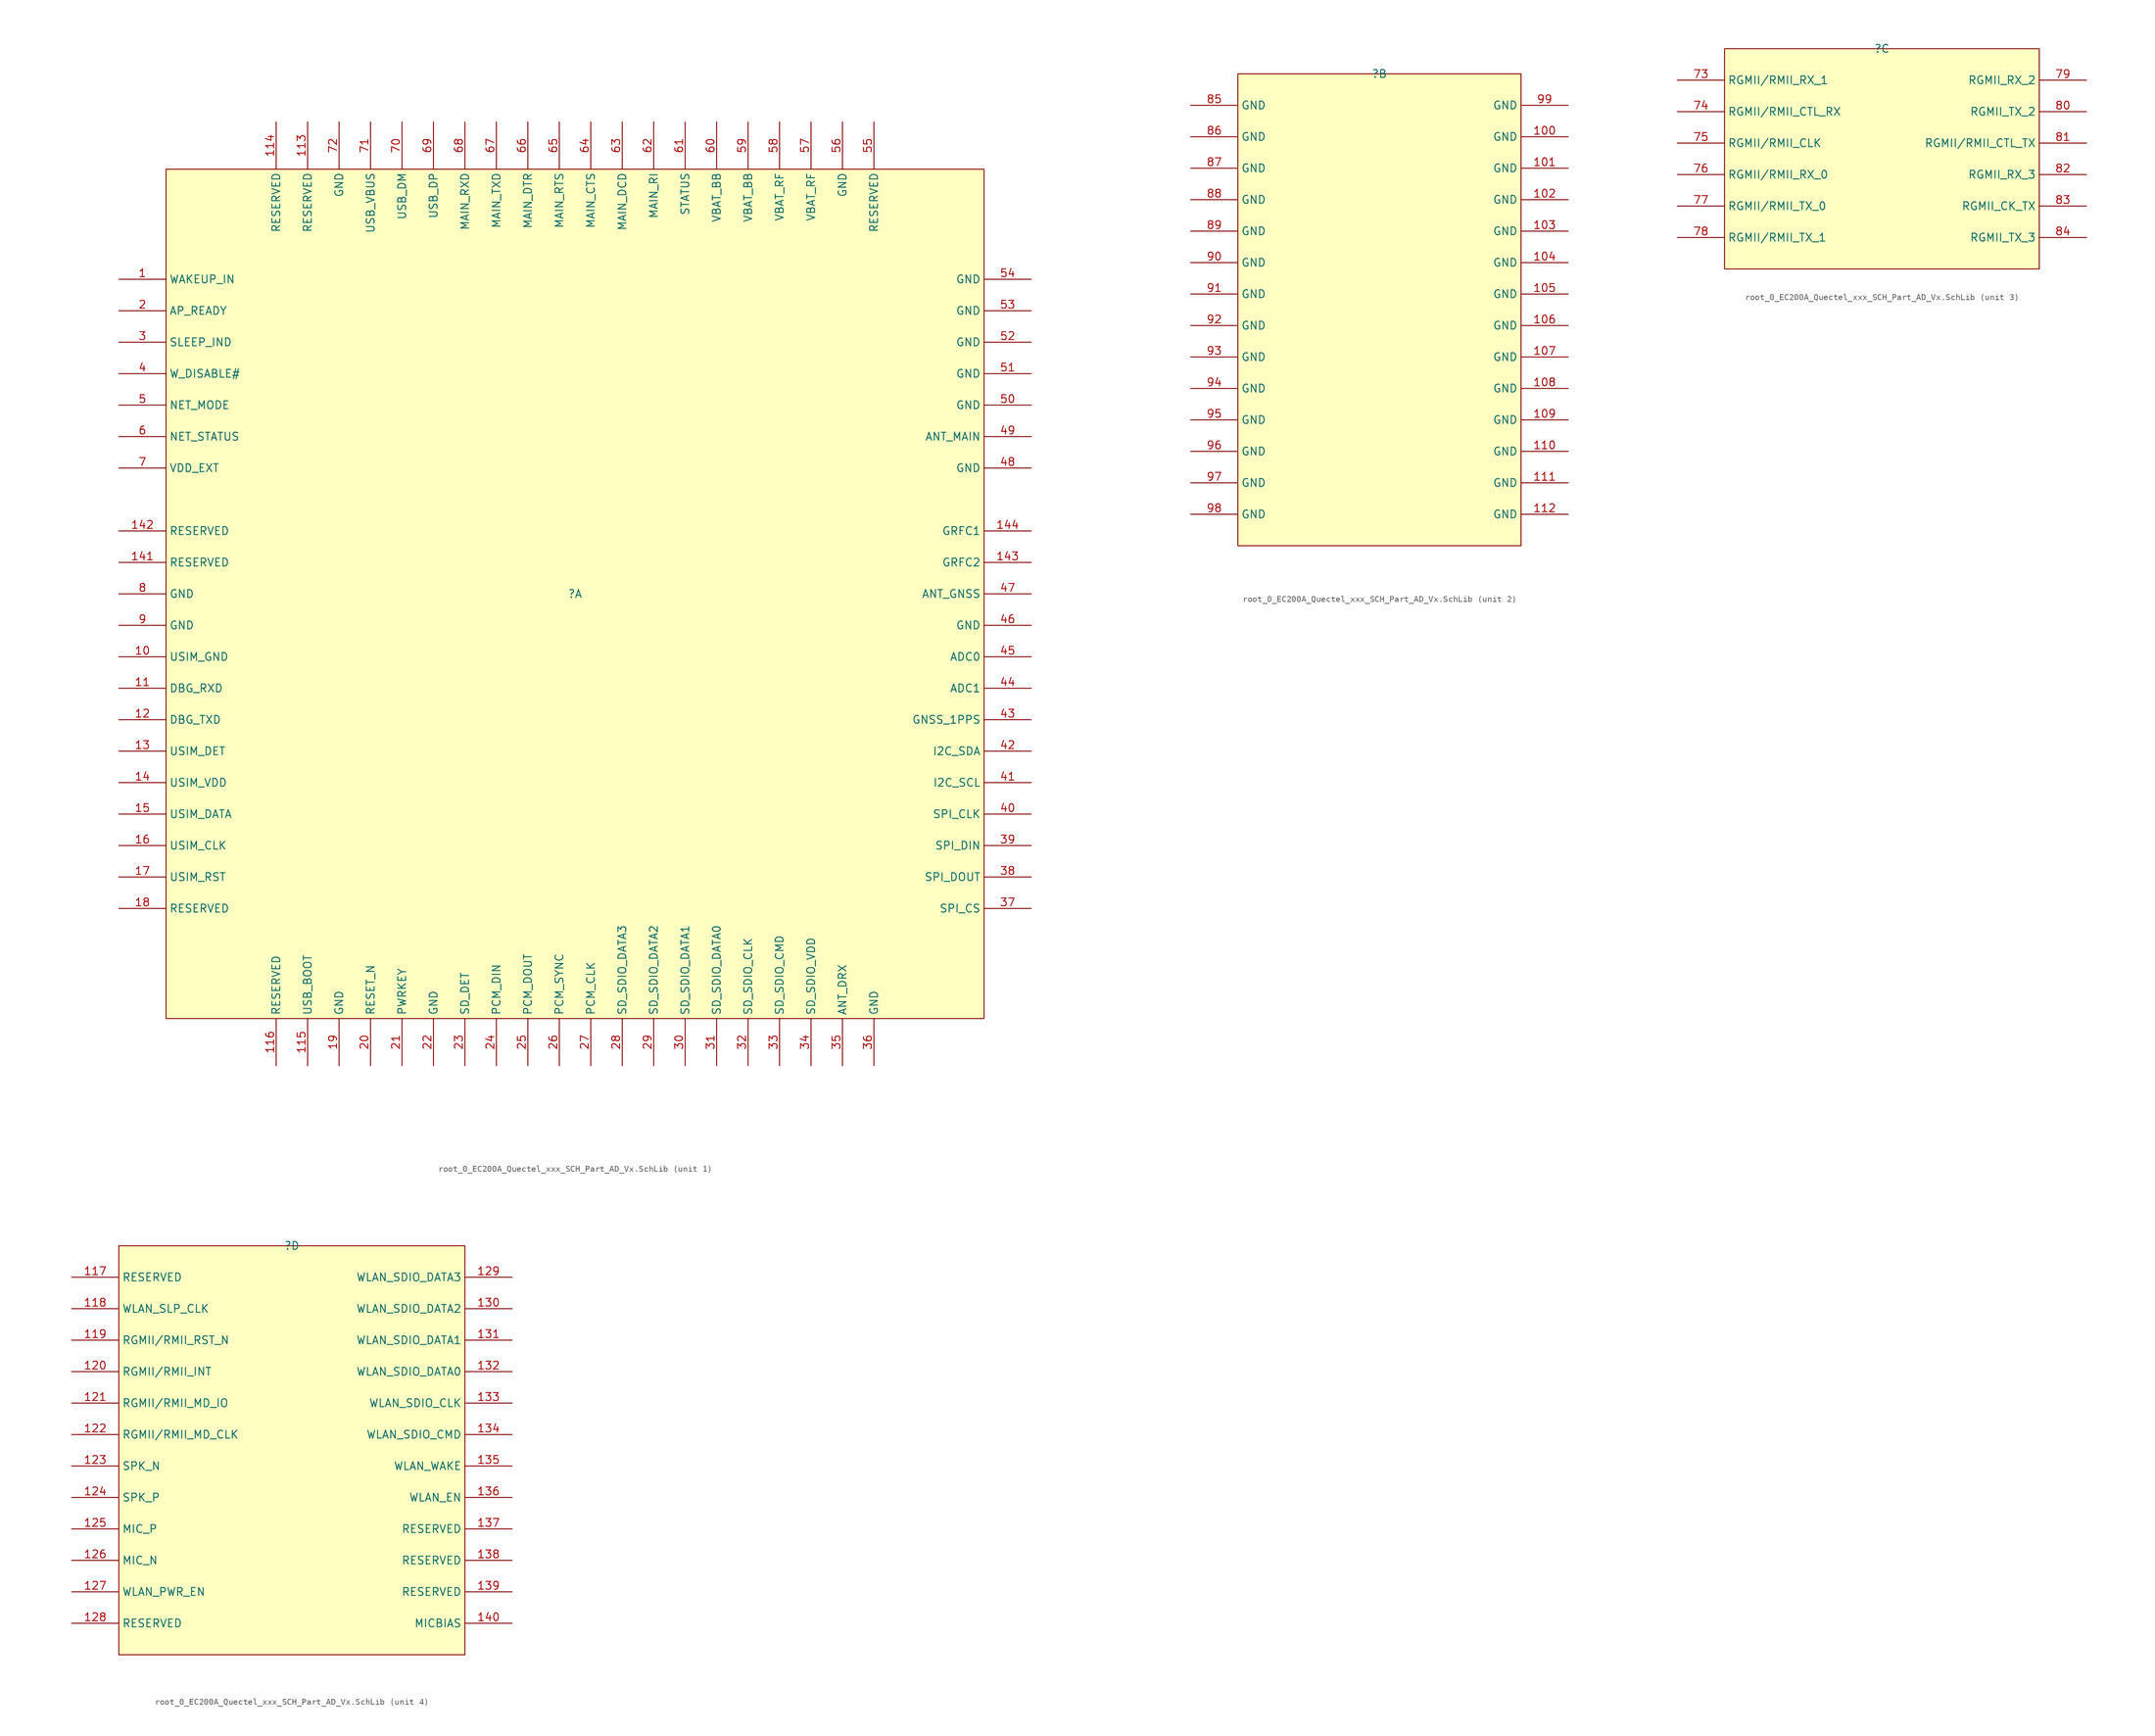
<source format=kicad_sym>
(kicad_symbol_lib
  (version 20241209)
  (generator "kicad_symbol_editor")
  (generator_version "9.0")
  (symbol "root_0_EC200A_Quectel_xxx_SCH_Part_AD_Vx.SchLib"
    (property "Reference" ""
      (at 0 0 0)
      (effects (font (size 1.27 1.27))))
    (property "Value" ""
      (at 0 0 0)
      (effects (font (size 1.27 1.27))))
    (symbol "root_0_EC200A_Quectel_xxx_SCH_Part_AD_Vx.SchLib_1_0"
      (rectangle (start 66.04 68.58) (end -66.04 -68.58) (stroke (width 0) (type solid)) (fill (type background)))
      (pin passive line (at -73.66 50.8 0) (length 7.62) (name "WAKEUP_IN" (effects (font (size 1.27 1.27)))) (number "1" (effects (font (size 1.27 1.27)))))
      (pin passive line (at -73.66 45.72 0) (length 7.62) (name "AP_READY" (effects (font (size 1.27 1.27)))) (number "2" (effects (font (size 1.27 1.27)))))
      (pin passive line (at -73.66 40.64 0) (length 7.62) (name "SLEEP_IND" (effects (font (size 1.27 1.27)))) (number "3" (effects (font (size 1.27 1.27)))))
      (pin passive line (at -73.66 35.56 0) (length 7.62) (name "W_DISABLE#" (effects (font (size 1.27 1.27)))) (number "4" (effects (font (size 1.27 1.27)))))
      (pin passive line (at -73.66 30.48 0) (length 7.62) (name "NET_MODE" (effects (font (size 1.27 1.27)))) (number "5" (effects (font (size 1.27 1.27)))))
      (pin passive line (at -73.66 25.4 0) (length 7.62) (name "NET_STATUS" (effects (font (size 1.27 1.27)))) (number "6" (effects (font (size 1.27 1.27)))))
      (pin passive line (at -73.66 20.32 0) (length 7.62) (name "VDD_EXT" (effects (font (size 1.27 1.27)))) (number "7" (effects (font (size 1.27 1.27)))))
      (pin passive line (at -73.66 10.16 0) (length 7.62) (name "RESERVED" (effects (font (size 1.27 1.27)))) (number "142" (effects (font (size 1.27 1.27)))))
      (pin passive line (at -73.66 5.08 0) (length 7.62) (name "RESERVED" (effects (font (size 1.27 1.27)))) (number "141" (effects (font (size 1.27 1.27)))))
      (pin passive line (at -73.66 0 0) (length 7.62) (name "GND" (effects (font (size 1.27 1.27)))) (number "8" (effects (font (size 1.27 1.27)))))
      (pin passive line (at -73.66 -5.08 0) (length 7.62) (name "GND" (effects (font (size 1.27 1.27)))) (number "9" (effects (font (size 1.27 1.27)))))
      (pin passive line (at -73.66 -10.16 0) (length 7.62) (name "USIM_GND" (effects (font (size 1.27 1.27)))) (number "10" (effects (font (size 1.27 1.27)))))
      (pin passive line (at -73.66 -15.24 0) (length 7.62) (name "DBG_RXD" (effects (font (size 1.27 1.27)))) (number "11" (effects (font (size 1.27 1.27)))))
      (pin passive line (at -73.66 -20.32 0) (length 7.62) (name "DBG_TXD" (effects (font (size 1.27 1.27)))) (number "12" (effects (font (size 1.27 1.27)))))
      (pin passive line (at -73.66 -25.4 0) (length 7.62) (name "USIM_DET" (effects (font (size 1.27 1.27)))) (number "13" (effects (font (size 1.27 1.27)))))
      (pin passive line (at -73.66 -30.48 0) (length 7.62) (name "USIM_VDD" (effects (font (size 1.27 1.27)))) (number "14" (effects (font (size 1.27 1.27)))))
      (pin passive line (at -73.66 -35.56 0) (length 7.62) (name "USIM_DATA" (effects (font (size 1.27 1.27)))) (number "15" (effects (font (size 1.27 1.27)))))
      (pin passive line (at -73.66 -40.64 0) (length 7.62) (name "USIM_CLK" (effects (font (size 1.27 1.27)))) (number "16" (effects (font (size 1.27 1.27)))))
      (pin passive line (at -73.66 -45.72 0) (length 7.62) (name "USIM_RST" (effects (font (size 1.27 1.27)))) (number "17" (effects (font (size 1.27 1.27)))))
      (pin passive line (at -73.66 -50.8 0) (length 7.62) (name "RESERVED" (effects (font (size 1.27 1.27)))) (number "18" (effects (font (size 1.27 1.27)))))
      (pin passive line (at -48.26 76.2 270) (length 7.62) (name "RESERVED" (effects (font (size 1.27 1.27)))) (number "114" (effects (font (size 1.27 1.27)))))
      (pin passive line (at -48.26 -76.2 90) (length 7.62) (name "RESERVED" (effects (font (size 1.27 1.27)))) (number "116" (effects (font (size 1.27 1.27)))))
      (pin passive line (at -43.18 76.2 270) (length 7.62) (name "RESERVED" (effects (font (size 1.27 1.27)))) (number "113" (effects (font (size 1.27 1.27)))))
      (pin passive line (at -43.18 -76.2 90) (length 7.62) (name "USB_BOOT" (effects (font (size 1.27 1.27)))) (number "115" (effects (font (size 1.27 1.27)))))
      (pin passive line (at -38.1 76.2 270) (length 7.62) (name "GND" (effects (font (size 1.27 1.27)))) (number "72" (effects (font (size 1.27 1.27)))))
      (pin passive line (at -38.1 -76.2 90) (length 7.62) (name "GND" (effects (font (size 1.27 1.27)))) (number "19" (effects (font (size 1.27 1.27)))))
      (pin passive line (at -33.02 76.2 270) (length 7.62) (name "USB_VBUS" (effects (font (size 1.27 1.27)))) (number "71" (effects (font (size 1.27 1.27)))))
      (pin passive line (at -33.02 -76.2 90) (length 7.62) (name "RESET_N" (effects (font (size 1.27 1.27)))) (number "20" (effects (font (size 1.27 1.27)))))
      (pin passive line (at -27.94 76.2 270) (length 7.62) (name "USB_DM" (effects (font (size 1.27 1.27)))) (number "70" (effects (font (size 1.27 1.27)))))
      (pin passive line (at -27.94 -76.2 90) (length 7.62) (name "PWRKEY" (effects (font (size 1.27 1.27)))) (number "21" (effects (font (size 1.27 1.27)))))
      (pin passive line (at -22.86 76.2 270) (length 7.62) (name "USB_DP" (effects (font (size 1.27 1.27)))) (number "69" (effects (font (size 1.27 1.27)))))
      (pin passive line (at -22.86 -76.2 90) (length 7.62) (name "GND" (effects (font (size 1.27 1.27)))) (number "22" (effects (font (size 1.27 1.27)))))
      (pin passive line (at -17.78 76.2 270) (length 7.62) (name "MAIN_RXD" (effects (font (size 1.27 1.27)))) (number "68" (effects (font (size 1.27 1.27)))))
      (pin passive line (at -17.78 -76.2 90) (length 7.62) (name "SD_DET" (effects (font (size 1.27 1.27)))) (number "23" (effects (font (size 1.27 1.27)))))
      (pin passive line (at -12.7 76.2 270) (length 7.62) (name "MAIN_TXD" (effects (font (size 1.27 1.27)))) (number "67" (effects (font (size 1.27 1.27)))))
      (pin passive line (at -12.7 -76.2 90) (length 7.62) (name "PCM_DIN" (effects (font (size 1.27 1.27)))) (number "24" (effects (font (size 1.27 1.27)))))
      (pin passive line (at -7.62 76.2 270) (length 7.62) (name "MAIN_DTR" (effects (font (size 1.27 1.27)))) (number "66" (effects (font (size 1.27 1.27)))))
      (pin passive line (at -7.62 -76.2 90) (length 7.62) (name "PCM_DOUT" (effects (font (size 1.27 1.27)))) (number "25" (effects (font (size 1.27 1.27)))))
      (pin passive line (at -2.54 76.2 270) (length 7.62) (name "MAIN_RTS" (effects (font (size 1.27 1.27)))) (number "65" (effects (font (size 1.27 1.27)))))
      (pin passive line (at -2.54 -76.2 90) (length 7.62) (name "PCM_SYNC" (effects (font (size 1.27 1.27)))) (number "26" (effects (font (size 1.27 1.27)))))
      (pin passive line (at 2.54 76.2 270) (length 7.62) (name "MAIN_CTS" (effects (font (size 1.27 1.27)))) (number "64" (effects (font (size 1.27 1.27)))))
      (pin passive line (at 2.54 -76.2 90) (length 7.62) (name "PCM_CLK" (effects (font (size 1.27 1.27)))) (number "27" (effects (font (size 1.27 1.27)))))
      (pin passive line (at 7.62 76.2 270) (length 7.62) (name "MAIN_DCD" (effects (font (size 1.27 1.27)))) (number "63" (effects (font (size 1.27 1.27)))))
      (pin passive line (at 7.62 -76.2 90) (length 7.62) (name "SD_SDIO_DATA3" (effects (font (size 1.27 1.27)))) (number "28" (effects (font (size 1.27 1.27)))))
      (pin passive line (at 12.7 76.2 270) (length 7.62) (name "MAIN_RI" (effects (font (size 1.27 1.27)))) (number "62" (effects (font (size 1.27 1.27)))))
      (pin passive line (at 12.7 -76.2 90) (length 7.62) (name "SD_SDIO_DATA2" (effects (font (size 1.27 1.27)))) (number "29" (effects (font (size 1.27 1.27)))))
      (pin passive line (at 17.78 76.2 270) (length 7.62) (name "STATUS" (effects (font (size 1.27 1.27)))) (number "61" (effects (font (size 1.27 1.27)))))
      (pin passive line (at 17.78 -76.2 90) (length 7.62) (name "SD_SDIO_DATA1" (effects (font (size 1.27 1.27)))) (number "30" (effects (font (size 1.27 1.27)))))
      (pin passive line (at 22.86 76.2 270) (length 7.62) (name "VBAT_BB" (effects (font (size 1.27 1.27)))) (number "60" (effects (font (size 1.27 1.27)))))
      (pin passive line (at 22.86 -76.2 90) (length 7.62) (name "SD_SDIO_DATA0" (effects (font (size 1.27 1.27)))) (number "31" (effects (font (size 1.27 1.27)))))
      (pin passive line (at 27.94 76.2 270) (length 7.62) (name "VBAT_BB" (effects (font (size 1.27 1.27)))) (number "59" (effects (font (size 1.27 1.27)))))
      (pin passive line (at 27.94 -76.2 90) (length 7.62) (name "SD_SDIO_CLK" (effects (font (size 1.27 1.27)))) (number "32" (effects (font (size 1.27 1.27)))))
      (pin passive line (at 33.02 76.2 270) (length 7.62) (name "VBAT_RF" (effects (font (size 1.27 1.27)))) (number "58" (effects (font (size 1.27 1.27)))))
      (pin passive line (at 33.02 -76.2 90) (length 7.62) (name "SD_SDIO_CMD" (effects (font (size 1.27 1.27)))) (number "33" (effects (font (size 1.27 1.27)))))
      (pin passive line (at 38.1 76.2 270) (length 7.62) (name "VBAT_RF" (effects (font (size 1.27 1.27)))) (number "57" (effects (font (size 1.27 1.27)))))
      (pin passive line (at 38.1 -76.2 90) (length 7.62) (name "SD_SDIO_VDD" (effects (font (size 1.27 1.27)))) (number "34" (effects (font (size 1.27 1.27)))))
      (pin passive line (at 43.18 76.2 270) (length 7.62) (name "GND" (effects (font (size 1.27 1.27)))) (number "56" (effects (font (size 1.27 1.27)))))
      (pin passive line (at 43.18 -76.2 90) (length 7.62) (name "ANT_DRX" (effects (font (size 1.27 1.27)))) (number "35" (effects (font (size 1.27 1.27)))))
      (pin passive line (at 48.26 76.2 270) (length 7.62) (name "RESERVED" (effects (font (size 1.27 1.27)))) (number "55" (effects (font (size 1.27 1.27)))))
      (pin passive line (at 48.26 -76.2 90) (length 7.62) (name "GND" (effects (font (size 1.27 1.27)))) (number "36" (effects (font (size 1.27 1.27)))))
      (pin passive line (at 73.66 50.8 180) (length 7.62) (name "GND" (effects (font (size 1.27 1.27)))) (number "54" (effects (font (size 1.27 1.27)))))
      (pin passive line (at 73.66 45.72 180) (length 7.62) (name "GND" (effects (font (size 1.27 1.27)))) (number "53" (effects (font (size 1.27 1.27)))))
      (pin passive line (at 73.66 40.64 180) (length 7.62) (name "GND" (effects (font (size 1.27 1.27)))) (number "52" (effects (font (size 1.27 1.27)))))
      (pin passive line (at 73.66 35.56 180) (length 7.62) (name "GND" (effects (font (size 1.27 1.27)))) (number "51" (effects (font (size 1.27 1.27)))))
      (pin passive line (at 73.66 30.48 180) (length 7.62) (name "GND" (effects (font (size 1.27 1.27)))) (number "50" (effects (font (size 1.27 1.27)))))
      (pin passive line (at 73.66 25.4 180) (length 7.62) (name "ANT_MAIN" (effects (font (size 1.27 1.27)))) (number "49" (effects (font (size 1.27 1.27)))))
      (pin passive line (at 73.66 20.32 180) (length 7.62) (name "GND" (effects (font (size 1.27 1.27)))) (number "48" (effects (font (size 1.27 1.27)))))
      (pin passive line (at 73.66 10.16 180) (length 7.62) (name "GRFC1" (effects (font (size 1.27 1.27)))) (number "144" (effects (font (size 1.27 1.27)))))
      (pin passive line (at 73.66 5.08 180) (length 7.62) (name "GRFC2" (effects (font (size 1.27 1.27)))) (number "143" (effects (font (size 1.27 1.27)))))
      (pin passive line (at 73.66 0 180) (length 7.62) (name "ANT_GNSS" (effects (font (size 1.27 1.27)))) (number "47" (effects (font (size 1.27 1.27)))))
      (pin passive line (at 73.66 -5.08 180) (length 7.62) (name "GND" (effects (font (size 1.27 1.27)))) (number "46" (effects (font (size 1.27 1.27)))))
      (pin passive line (at 73.66 -10.16 180) (length 7.62) (name "ADC0" (effects (font (size 1.27 1.27)))) (number "45" (effects (font (size 1.27 1.27)))))
      (pin passive line (at 73.66 -15.24 180) (length 7.62) (name "ADC1" (effects (font (size 1.27 1.27)))) (number "44" (effects (font (size 1.27 1.27)))))
      (pin passive line (at 73.66 -20.32 180) (length 7.62) (name "GNSS_1PPS" (effects (font (size 1.27 1.27)))) (number "43" (effects (font (size 1.27 1.27)))))
      (pin passive line (at 73.66 -25.4 180) (length 7.62) (name "I2C_SDA" (effects (font (size 1.27 1.27)))) (number "42" (effects (font (size 1.27 1.27)))))
      (pin passive line (at 73.66 -30.48 180) (length 7.62) (name "I2C_SCL" (effects (font (size 1.27 1.27)))) (number "41" (effects (font (size 1.27 1.27)))))
      (pin passive line (at 73.66 -35.56 180) (length 7.62) (name "SPI_CLK" (effects (font (size 1.27 1.27)))) (number "40" (effects (font (size 1.27 1.27)))))
      (pin passive line (at 73.66 -40.64 180) (length 7.62) (name "SPI_DIN" (effects (font (size 1.27 1.27)))) (number "39" (effects (font (size 1.27 1.27)))))
      (pin passive line (at 73.66 -45.72 180) (length 7.62) (name "SPI_DOUT" (effects (font (size 1.27 1.27)))) (number "38" (effects (font (size 1.27 1.27)))))
      (pin passive line (at 73.66 -50.8 180) (length 7.62) (name "SPI_CS" (effects (font (size 1.27 1.27)))) (number "37" (effects (font (size 1.27 1.27))))))
    (symbol "root_0_EC200A_Quectel_xxx_SCH_Part_AD_Vx.SchLib_2_0"
      (rectangle (start 22.86 0) (end -22.86 -76.2) (stroke (width 0) (type solid)) (fill (type background)))
      (pin passive line (at -30.48 -5.08 0) (length 7.62) (name "GND" (effects (font (size 1.27 1.27)))) (number "85" (effects (font (size 1.27 1.27)))))
      (pin passive line (at -30.48 -10.16 0) (length 7.62) (name "GND" (effects (font (size 1.27 1.27)))) (number "86" (effects (font (size 1.27 1.27)))))
      (pin passive line (at -30.48 -15.24 0) (length 7.62) (name "GND" (effects (font (size 1.27 1.27)))) (number "87" (effects (font (size 1.27 1.27)))))
      (pin passive line (at -30.48 -20.32 0) (length 7.62) (name "GND" (effects (font (size 1.27 1.27)))) (number "88" (effects (font (size 1.27 1.27)))))
      (pin passive line (at -30.48 -25.4 0) (length 7.62) (name "GND" (effects (font (size 1.27 1.27)))) (number "89" (effects (font (size 1.27 1.27)))))
      (pin passive line (at -30.48 -30.48 0) (length 7.62) (name "GND" (effects (font (size 1.27 1.27)))) (number "90" (effects (font (size 1.27 1.27)))))
      (pin passive line (at -30.48 -35.56 0) (length 7.62) (name "GND" (effects (font (size 1.27 1.27)))) (number "91" (effects (font (size 1.27 1.27)))))
      (pin passive line (at -30.48 -40.64 0) (length 7.62) (name "GND" (effects (font (size 1.27 1.27)))) (number "92" (effects (font (size 1.27 1.27)))))
      (pin passive line (at -30.48 -45.72 0) (length 7.62) (name "GND" (effects (font (size 1.27 1.27)))) (number "93" (effects (font (size 1.27 1.27)))))
      (pin passive line (at -30.48 -50.8 0) (length 7.62) (name "GND" (effects (font (size 1.27 1.27)))) (number "94" (effects (font (size 1.27 1.27)))))
      (pin passive line (at -30.48 -55.88 0) (length 7.62) (name "GND" (effects (font (size 1.27 1.27)))) (number "95" (effects (font (size 1.27 1.27)))))
      (pin passive line (at -30.48 -60.96 0) (length 7.62) (name "GND" (effects (font (size 1.27 1.27)))) (number "96" (effects (font (size 1.27 1.27)))))
      (pin passive line (at -30.48 -66.04 0) (length 7.62) (name "GND" (effects (font (size 1.27 1.27)))) (number "97" (effects (font (size 1.27 1.27)))))
      (pin passive line (at -30.48 -71.12 0) (length 7.62) (name "GND" (effects (font (size 1.27 1.27)))) (number "98" (effects (font (size 1.27 1.27)))))
      (pin passive line (at 30.48 -5.08 180) (length 7.62) (name "GND" (effects (font (size 1.27 1.27)))) (number "99" (effects (font (size 1.27 1.27)))))
      (pin passive line (at 30.48 -10.16 180) (length 7.62) (name "GND" (effects (font (size 1.27 1.27)))) (number "100" (effects (font (size 1.27 1.27)))))
      (pin passive line (at 30.48 -15.24 180) (length 7.62) (name "GND" (effects (font (size 1.27 1.27)))) (number "101" (effects (font (size 1.27 1.27)))))
      (pin passive line (at 30.48 -20.32 180) (length 7.62) (name "GND" (effects (font (size 1.27 1.27)))) (number "102" (effects (font (size 1.27 1.27)))))
      (pin passive line (at 30.48 -25.4 180) (length 7.62) (name "GND" (effects (font (size 1.27 1.27)))) (number "103" (effects (font (size 1.27 1.27)))))
      (pin passive line (at 30.48 -30.48 180) (length 7.62) (name "GND" (effects (font (size 1.27 1.27)))) (number "104" (effects (font (size 1.27 1.27)))))
      (pin passive line (at 30.48 -35.56 180) (length 7.62) (name "GND" (effects (font (size 1.27 1.27)))) (number "105" (effects (font (size 1.27 1.27)))))
      (pin passive line (at 30.48 -40.64 180) (length 7.62) (name "GND" (effects (font (size 1.27 1.27)))) (number "106" (effects (font (size 1.27 1.27)))))
      (pin passive line (at 30.48 -45.72 180) (length 7.62) (name "GND" (effects (font (size 1.27 1.27)))) (number "107" (effects (font (size 1.27 1.27)))))
      (pin passive line (at 30.48 -50.8 180) (length 7.62) (name "GND" (effects (font (size 1.27 1.27)))) (number "108" (effects (font (size 1.27 1.27)))))
      (pin passive line (at 30.48 -55.88 180) (length 7.62) (name "GND" (effects (font (size 1.27 1.27)))) (number "109" (effects (font (size 1.27 1.27)))))
      (pin passive line (at 30.48 -60.96 180) (length 7.62) (name "GND" (effects (font (size 1.27 1.27)))) (number "110" (effects (font (size 1.27 1.27)))))
      (pin passive line (at 30.48 -66.04 180) (length 7.62) (name "GND" (effects (font (size 1.27 1.27)))) (number "111" (effects (font (size 1.27 1.27)))))
      (pin passive line (at 30.48 -71.12 180) (length 7.62) (name "GND" (effects (font (size 1.27 1.27)))) (number "112" (effects (font (size 1.27 1.27))))))
    (symbol "root_0_EC200A_Quectel_xxx_SCH_Part_AD_Vx.SchLib_3_0"
      (rectangle (start 25.4 0) (end -25.4 -35.56) (stroke (width 0) (type solid)) (fill (type background)))
      (pin passive line (at -33.02 -5.08 0) (length 7.62) (name "RGMII/RMII_RX_1" (effects (font (size 1.27 1.27)))) (number "73" (effects (font (size 1.27 1.27)))))
      (pin passive line (at -33.02 -10.16 0) (length 7.62) (name "RGMII/RMII_CTL_RX" (effects (font (size 1.27 1.27)))) (number "74" (effects (font (size 1.27 1.27)))))
      (pin passive line (at -33.02 -15.24 0) (length 7.62) (name "RGMII/RMII_CLK" (effects (font (size 1.27 1.27)))) (number "75" (effects (font (size 1.27 1.27)))))
      (pin passive line (at -33.02 -20.32 0) (length 7.62) (name "RGMII/RMII_RX_0" (effects (font (size 1.27 1.27)))) (number "76" (effects (font (size 1.27 1.27)))))
      (pin passive line (at -33.02 -25.4 0) (length 7.62) (name "RGMII/RMII_TX_0" (effects (font (size 1.27 1.27)))) (number "77" (effects (font (size 1.27 1.27)))))
      (pin passive line (at -33.02 -30.48 0) (length 7.62) (name "RGMII/RMII_TX_1" (effects (font (size 1.27 1.27)))) (number "78" (effects (font (size 1.27 1.27)))))
      (pin passive line (at 33.02 -5.08 180) (length 7.62) (name "RGMII_RX_2" (effects (font (size 1.27 1.27)))) (number "79" (effects (font (size 1.27 1.27)))))
      (pin passive line (at 33.02 -10.16 180) (length 7.62) (name "RGMII_TX_2" (effects (font (size 1.27 1.27)))) (number "80" (effects (font (size 1.27 1.27)))))
      (pin passive line (at 33.02 -15.24 180) (length 7.62) (name "RGMII/RMII_CTL_TX" (effects (font (size 1.27 1.27)))) (number "81" (effects (font (size 1.27 1.27)))))
      (pin passive line (at 33.02 -20.32 180) (length 7.62) (name "RGMII_RX_3" (effects (font (size 1.27 1.27)))) (number "82" (effects (font (size 1.27 1.27)))))
      (pin passive line (at 33.02 -25.4 180) (length 7.62) (name "RGMII_CK_TX" (effects (font (size 1.27 1.27)))) (number "83" (effects (font (size 1.27 1.27)))))
      (pin passive line (at 33.02 -30.48 180) (length 7.62) (name "RGMII_TX_3" (effects (font (size 1.27 1.27)))) (number "84" (effects (font (size 1.27 1.27))))))
    (symbol "root_0_EC200A_Quectel_xxx_SCH_Part_AD_Vx.SchLib_4_0"
      (rectangle (start 27.94 0) (end -27.94 -66.04) (stroke (width 0) (type solid)) (fill (type background)))
      (pin passive line (at -35.56 -5.08 0) (length 7.62) (name "RESERVED" (effects (font (size 1.27 1.27)))) (number "117" (effects (font (size 1.27 1.27)))))
      (pin passive line (at -35.56 -10.16 0) (length 7.62) (name "WLAN_SLP_CLK" (effects (font (size 1.27 1.27)))) (number "118" (effects (font (size 1.27 1.27)))))
      (pin passive line (at -35.56 -15.24 0) (length 7.62) (name "RGMII/RMII_RST_N" (effects (font (size 1.27 1.27)))) (number "119" (effects (font (size 1.27 1.27)))))
      (pin passive line (at -35.56 -20.32 0) (length 7.62) (name "RGMII/RMII_INT" (effects (font (size 1.27 1.27)))) (number "120" (effects (font (size 1.27 1.27)))))
      (pin passive line (at -35.56 -25.4 0) (length 7.62) (name "RGMII/RMII_MD_IO" (effects (font (size 1.27 1.27)))) (number "121" (effects (font (size 1.27 1.27)))))
      (pin passive line (at -35.56 -30.48 0) (length 7.62) (name "RGMII/RMII_MD_CLK" (effects (font (size 1.27 1.27)))) (number "122" (effects (font (size 1.27 1.27)))))
      (pin passive line (at -35.56 -35.56 0) (length 7.62) (name "SPK_N" (effects (font (size 1.27 1.27)))) (number "123" (effects (font (size 1.27 1.27)))))
      (pin passive line (at -35.56 -40.64 0) (length 7.62) (name "SPK_P" (effects (font (size 1.27 1.27)))) (number "124" (effects (font (size 1.27 1.27)))))
      (pin passive line (at -35.56 -45.72 0) (length 7.62) (name "MIC_P" (effects (font (size 1.27 1.27)))) (number "125" (effects (font (size 1.27 1.27)))))
      (pin passive line (at -35.56 -50.8 0) (length 7.62) (name "MIC_N" (effects (font (size 1.27 1.27)))) (number "126" (effects (font (size 1.27 1.27)))))
      (pin passive line (at -35.56 -55.88 0) (length 7.62) (name "WLAN_PWR_EN" (effects (font (size 1.27 1.27)))) (number "127" (effects (font (size 1.27 1.27)))))
      (pin passive line (at -35.56 -60.96 0) (length 7.62) (name "RESERVED" (effects (font (size 1.27 1.27)))) (number "128" (effects (font (size 1.27 1.27)))))
      (pin passive line (at 35.56 -5.08 180) (length 7.62) (name "WLAN_SDIO_DATA3" (effects (font (size 1.27 1.27)))) (number "129" (effects (font (size 1.27 1.27)))))
      (pin passive line (at 35.56 -10.16 180) (length 7.62) (name "WLAN_SDIO_DATA2" (effects (font (size 1.27 1.27)))) (number "130" (effects (font (size 1.27 1.27)))))
      (pin passive line (at 35.56 -15.24 180) (length 7.62) (name "WLAN_SDIO_DATA1" (effects (font (size 1.27 1.27)))) (number "131" (effects (font (size 1.27 1.27)))))
      (pin passive line (at 35.56 -20.32 180) (length 7.62) (name "WLAN_SDIO_DATA0" (effects (font (size 1.27 1.27)))) (number "132" (effects (font (size 1.27 1.27)))))
      (pin passive line (at 35.56 -25.4 180) (length 7.62) (name "WLAN_SDIO_CLK" (effects (font (size 1.27 1.27)))) (number "133" (effects (font (size 1.27 1.27)))))
      (pin passive line (at 35.56 -30.48 180) (length 7.62) (name "WLAN_SDIO_CMD" (effects (font (size 1.27 1.27)))) (number "134" (effects (font (size 1.27 1.27)))))
      (pin passive line (at 35.56 -35.56 180) (length 7.62) (name "WLAN_WAKE" (effects (font (size 1.27 1.27)))) (number "135" (effects (font (size 1.27 1.27)))))
      (pin passive line (at 35.56 -40.64 180) (length 7.62) (name "WLAN_EN" (effects (font (size 1.27 1.27)))) (number "136" (effects (font (size 1.27 1.27)))))
      (pin passive line (at 35.56 -45.72 180) (length 7.62) (name "RESERVED" (effects (font (size 1.27 1.27)))) (number "137" (effects (font (size 1.27 1.27)))))
      (pin passive line (at 35.56 -50.8 180) (length 7.62) (name "RESERVED" (effects (font (size 1.27 1.27)))) (number "138" (effects (font (size 1.27 1.27)))))
      (pin passive line (at 35.56 -55.88 180) (length 7.62) (name "RESERVED" (effects (font (size 1.27 1.27)))) (number "139" (effects (font (size 1.27 1.27)))))
      (pin passive line (at 35.56 -60.96 180) (length 7.62) (name "MICBIAS" (effects (font (size 1.27 1.27)))) (number "140" (effects (font (size 1.27 1.27))))))))
</source>
